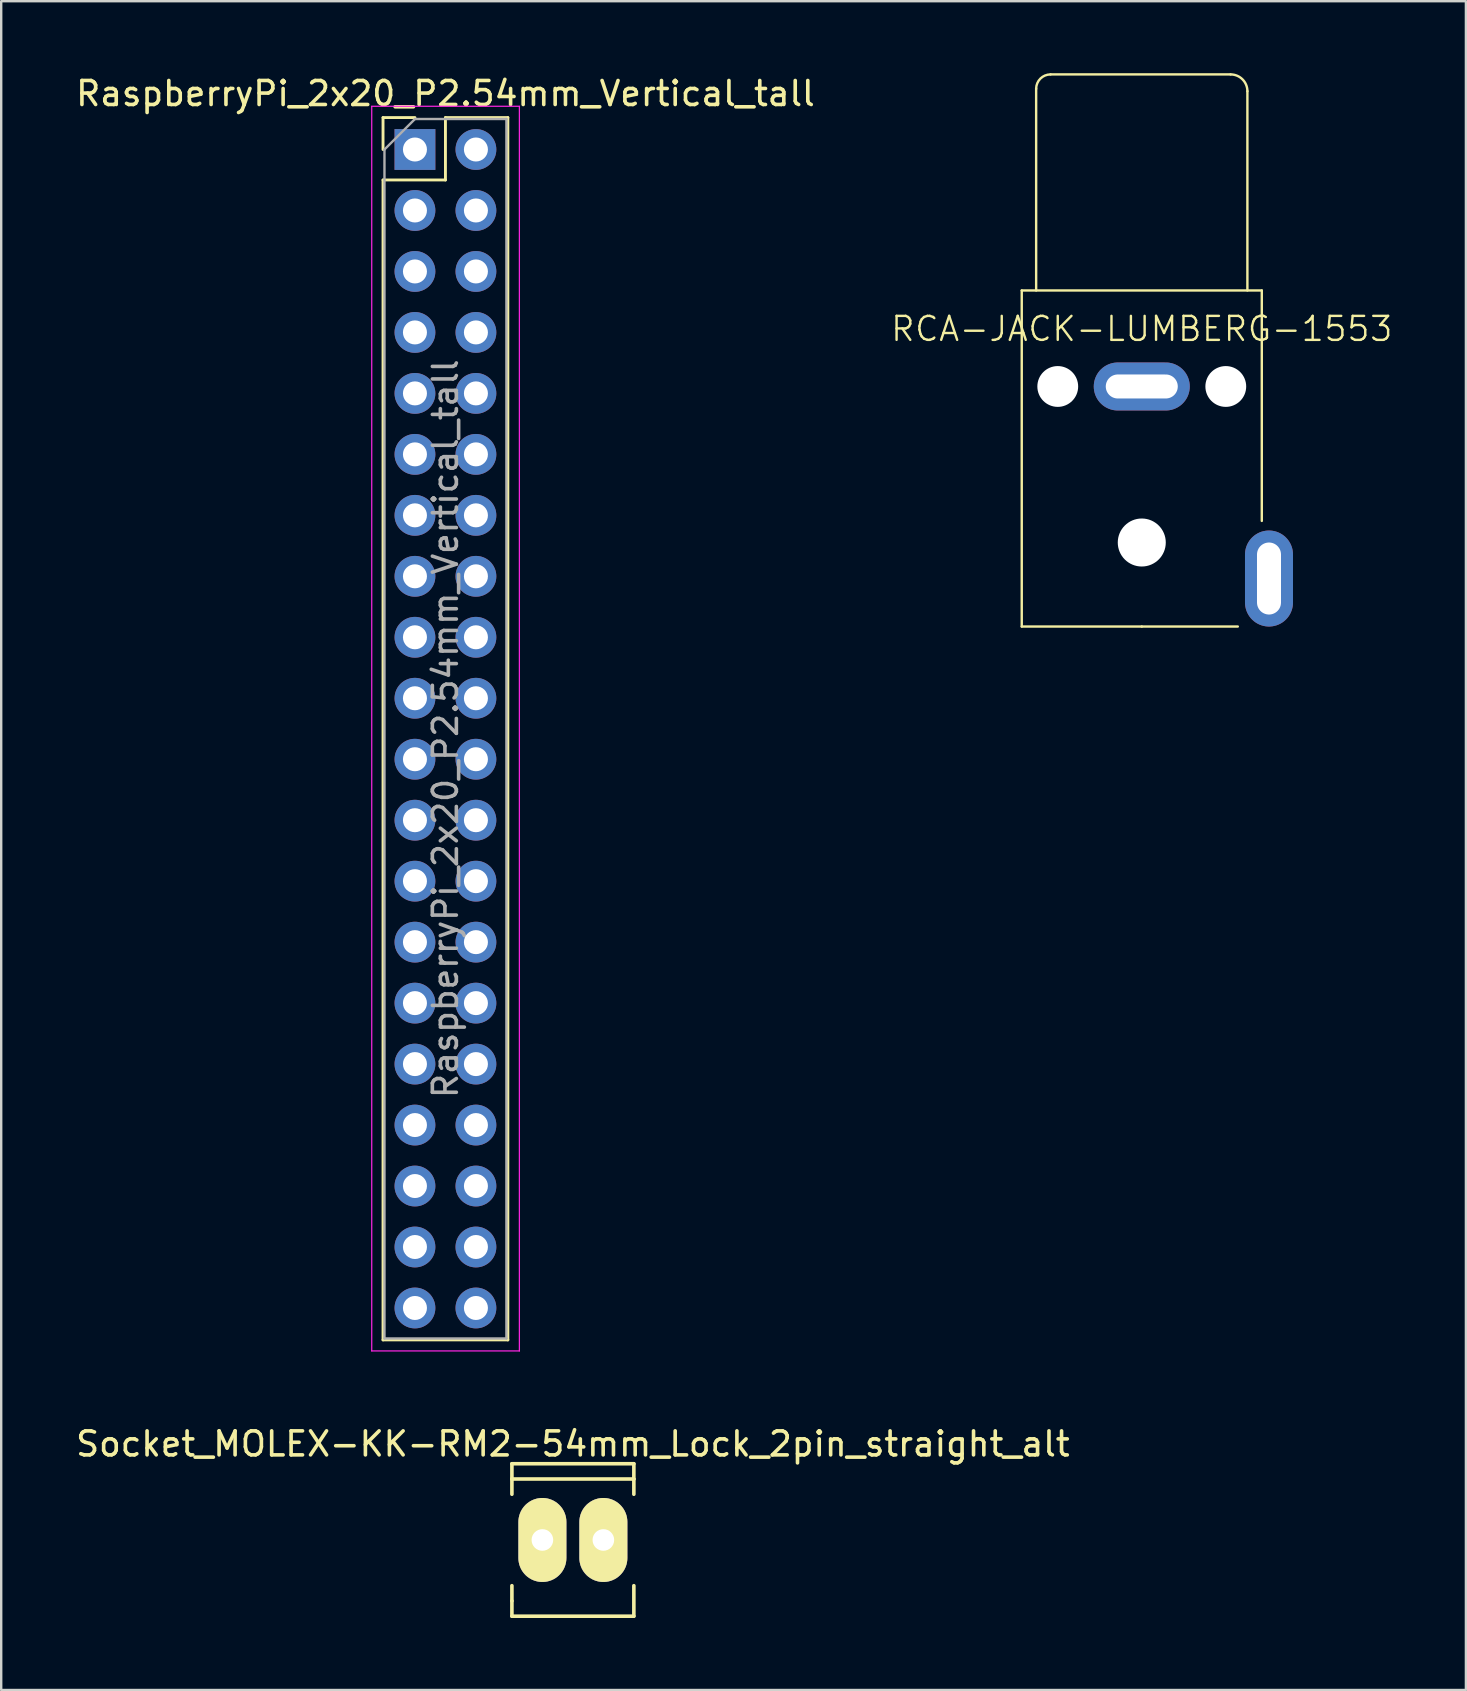
<source format=kicad_pcb>
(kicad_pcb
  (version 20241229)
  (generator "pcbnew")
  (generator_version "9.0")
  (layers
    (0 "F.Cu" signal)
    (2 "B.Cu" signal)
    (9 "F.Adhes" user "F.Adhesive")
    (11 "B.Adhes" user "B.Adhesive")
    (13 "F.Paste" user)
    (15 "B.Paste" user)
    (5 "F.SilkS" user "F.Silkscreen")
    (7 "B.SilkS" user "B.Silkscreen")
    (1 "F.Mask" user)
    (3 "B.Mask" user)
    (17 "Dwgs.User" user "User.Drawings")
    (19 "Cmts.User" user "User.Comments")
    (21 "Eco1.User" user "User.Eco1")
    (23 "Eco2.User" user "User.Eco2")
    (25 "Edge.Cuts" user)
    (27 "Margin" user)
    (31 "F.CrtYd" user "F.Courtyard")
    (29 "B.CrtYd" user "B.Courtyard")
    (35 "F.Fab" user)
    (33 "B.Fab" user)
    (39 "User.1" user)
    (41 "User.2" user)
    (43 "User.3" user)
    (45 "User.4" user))
  (footprint "RaspberryPi_2x20_P2.54mm_Vertical_tall"
    (layer "F.Cu")
    (at 14.236 3.178)
    (property "Reference" "RaspberryPi_2x20_P2.54mm_Vertical_tall" (at 1.27 -2.33 0) (layer "F.SilkS") (effects (font (size 1 1) (thickness 0.15))))
    (attr through_hole)
    (fp_line (start -1.33 -1.33) (end 0 -1.33) (stroke (width 0.12) (type solid)) (layer "F.SilkS"))
    (fp_line (start -1.33 0) (end -1.33 -1.33) (stroke (width 0.12) (type solid)) (layer "F.SilkS"))
    (fp_line (start -1.33 1.27) (end -1.33 49.59) (stroke (width 0.12) (type solid)) (layer "F.SilkS"))
    (fp_line (start -1.33 1.27) (end 1.27 1.27) (stroke (width 0.12) (type solid)) (layer "F.SilkS"))
    (fp_line (start -1.33 49.59) (end 3.87 49.59) (stroke (width 0.12) (type solid)) (layer "F.SilkS"))
    (fp_line (start 1.27 -1.33) (end 3.87 -1.33) (stroke (width 0.12) (type solid)) (layer "F.SilkS"))
    (fp_line (start 1.27 1.27) (end 1.27 -1.33) (stroke (width 0.12) (type solid)) (layer "F.SilkS"))
    (fp_line (start 3.87 -1.33) (end 3.87 49.59) (stroke (width 0.12) (type solid)) (layer "F.SilkS"))
    (fp_line (start -1.8 -1.8) (end -1.8 50.05) (stroke (width 0.05) (type solid)) (layer "F.CrtYd"))
    (fp_line (start -1.8 50.05) (end 4.35 50.05) (stroke (width 0.05) (type solid)) (layer "F.CrtYd"))
    (fp_line (start 4.35 -1.8) (end -1.8 -1.8) (stroke (width 0.05) (type solid)) (layer "F.CrtYd"))
    (fp_line (start 4.35 50.05) (end 4.35 -1.8) (stroke (width 0.05) (type solid)) (layer "F.CrtYd"))
    (fp_line (start -1.27 0) (end 0 -1.27) (stroke (width 0.1) (type solid)) (layer "F.Fab"))
    (fp_line (start -1.27 49.53) (end -1.27 0) (stroke (width 0.1) (type solid)) (layer "F.Fab"))
    (fp_line (start 0 -1.27) (end 3.81 -1.27) (stroke (width 0.1) (type solid)) (layer "F.Fab"))
    (fp_line (start 3.81 -1.27) (end 3.81 49.53) (stroke (width 0.1) (type solid)) (layer "F.Fab"))
    (fp_line (start 3.81 49.53) (end -1.27 49.53) (stroke (width 0.1) (type solid)) (layer "F.Fab"))
    (fp_text user "${REFERENCE}" (at 1.27 24.13 90) (layer "F.Fab") (effects (font (size 1 1) (thickness 0.15))))
    (pad "1" thru_hole rect (at 0 0) (size 1.7 1.7) (drill 1) (layers "*.Cu" "*.Mask"))
    (pad "2" thru_hole oval (at 2.54 0) (size 1.7 1.7) (drill 1) (layers "*.Cu" "*.Mask"))
    (pad "3" thru_hole oval (at 0 2.54) (size 1.7 1.7) (drill 1) (layers "*.Cu" "*.Mask"))
    (pad "4" thru_hole oval (at 2.54 2.54) (size 1.7 1.7) (drill 1) (layers "*.Cu" "*.Mask"))
    (pad "5" thru_hole oval (at 0 5.08) (size 1.7 1.7) (drill 1) (layers "*.Cu" "*.Mask"))
    (pad "6" thru_hole oval (at 2.54 5.08) (size 1.7 1.7) (drill 1) (layers "*.Cu" "*.Mask"))
    (pad "7" thru_hole oval (at 0 7.62) (size 1.7 1.7) (drill 1) (layers "*.Cu" "*.Mask"))
    (pad "8" thru_hole oval (at 2.54 7.62) (size 1.7 1.7) (drill 1) (layers "*.Cu" "*.Mask"))
    (pad "9" thru_hole oval (at 0 10.16) (size 1.7 1.7) (drill 1) (layers "*.Cu" "*.Mask"))
    (pad "10" thru_hole oval (at 2.54 10.16) (size 1.7 1.7) (drill 1) (layers "*.Cu" "*.Mask"))
    (pad "11" thru_hole oval (at 0 12.7) (size 1.7 1.7) (drill 1) (layers "*.Cu" "*.Mask"))
    (pad "12" thru_hole oval (at 2.54 12.7) (size 1.7 1.7) (drill 1) (layers "*.Cu" "*.Mask"))
    (pad "13" thru_hole oval (at 0 15.24) (size 1.7 1.7) (drill 1) (layers "*.Cu" "*.Mask"))
    (pad "14" thru_hole oval (at 2.54 15.24) (size 1.7 1.7) (drill 1) (layers "*.Cu" "*.Mask"))
    (pad "15" thru_hole oval (at 0 17.78) (size 1.7 1.7) (drill 1) (layers "*.Cu" "*.Mask"))
    (pad "16" thru_hole oval (at 2.54 17.78) (size 1.7 1.7) (drill 1) (layers "*.Cu" "*.Mask"))
    (pad "17" thru_hole oval (at 0 20.32) (size 1.7 1.7) (drill 1) (layers "*.Cu" "*.Mask"))
    (pad "18" thru_hole oval (at 2.54 20.32) (size 1.7 1.7) (drill 1) (layers "*.Cu" "*.Mask"))
    (pad "19" thru_hole oval (at 0 22.86) (size 1.7 1.7) (drill 1) (layers "*.Cu" "*.Mask"))
    (pad "20" thru_hole oval (at 2.54 22.86) (size 1.7 1.7) (drill 1) (layers "*.Cu" "*.Mask"))
    (pad "21" thru_hole oval (at 0 25.4) (size 1.7 1.7) (drill 1) (layers "*.Cu" "*.Mask"))
    (pad "22" thru_hole oval (at 2.54 25.4) (size 1.7 1.7) (drill 1) (layers "*.Cu" "*.Mask"))
    (pad "23" thru_hole oval (at 0 27.94) (size 1.7 1.7) (drill 1) (layers "*.Cu" "*.Mask"))
    (pad "24" thru_hole oval (at 2.54 27.94) (size 1.7 1.7) (drill 1) (layers "*.Cu" "*.Mask"))
    (pad "25" thru_hole oval (at 0 30.48) (size 1.7 1.7) (drill 1) (layers "*.Cu" "*.Mask"))
    (pad "26" thru_hole oval (at 2.54 30.48) (size 1.7 1.7) (drill 1) (layers "*.Cu" "*.Mask"))
    (pad "27" thru_hole oval (at 0 33.02) (size 1.7 1.7) (drill 1) (layers "*.Cu" "*.Mask"))
    (pad "28" thru_hole oval (at 2.54 33.02) (size 1.7 1.7) (drill 1) (layers "*.Cu" "*.Mask"))
    (pad "29" thru_hole oval (at 0 35.56) (size 1.7 1.7) (drill 1) (layers "*.Cu" "*.Mask"))
    (pad "30" thru_hole oval (at 2.54 35.56) (size 1.7 1.7) (drill 1) (layers "*.Cu" "*.Mask"))
    (pad "31" thru_hole oval (at 0 38.1) (size 1.7 1.7) (drill 1) (layers "*.Cu" "*.Mask"))
    (pad "32" thru_hole oval (at 2.54 38.1) (size 1.7 1.7) (drill 1) (layers "*.Cu" "*.Mask"))
    (pad "33" thru_hole oval (at 0 40.64) (size 1.7 1.7) (drill 1) (layers "*.Cu" "*.Mask"))
    (pad "34" thru_hole oval (at 2.54 40.64) (size 1.7 1.7) (drill 1) (layers "*.Cu" "*.Mask"))
    (pad "35" thru_hole oval (at 0 43.18) (size 1.7 1.7) (drill 1) (layers "*.Cu" "*.Mask"))
    (pad "36" thru_hole oval (at 2.54 43.18) (size 1.7 1.7) (drill 1) (layers "*.Cu" "*.Mask"))
    (pad "37" thru_hole oval (at 0 45.72) (size 1.7 1.7) (drill 1) (layers "*.Cu" "*.Mask"))
    (pad "38" thru_hole oval (at 2.54 45.72) (size 1.7 1.7) (drill 1) (layers "*.Cu" "*.Mask"))
    (pad "39" thru_hole oval (at 0 48.26) (size 1.7 1.7) (drill 1) (layers "*.Cu" "*.Mask"))
    (pad "40" thru_hole oval (at 2.54 48.26) (size 1.7 1.7) (drill 1) (layers "*.Cu" "*.Mask")))
  (footprint "RCA-JACK-LUMBERG-1553"
    (layer "F.Cu")
    (at 44.514 13.05)
    (property "Reference" "RCA-JACK-LUMBERG-1553" (at 0 -2.4 0) (layer "F.SilkS") (effects (font (size 1 1) (thickness 0.1))))
    (attr through_hole)
    (fp_line (start -5 -4) (end 5 -4) (stroke (width 0.1) (type solid)) (layer "F.SilkS"))
    (fp_line (start -5 10) (end -5 -4) (stroke (width 0.1) (type solid)) (layer "F.SilkS"))
    (fp_line (start -4.4 -12.4) (end -4.4 -4) (stroke (width 0.1) (type solid)) (layer "F.SilkS"))
    (fp_line (start -3.8 -13) (end 3.7 -13) (stroke (width 0.1) (type solid)) (layer "F.SilkS"))
    (fp_line (start 0 10) (end -5 10) (stroke (width 0.1) (type solid)) (layer "F.SilkS"))
    (fp_line (start 0 10) (end 4 10) (stroke (width 0.1) (type solid)) (layer "F.SilkS"))
    (fp_line (start 4.4 -12.3) (end 4.4 -4) (stroke (width 0.1) (type solid)) (layer "F.SilkS"))
    (fp_line (start 5 -4) (end 5 5.6) (stroke (width 0.1) (type solid)) (layer "F.SilkS"))
    (fp_arc (start -4.4 -12.4) (mid -4.224264 -12.824264) (end -3.8 -13) (stroke (width 0.1) (type solid)) (layer "F.SilkS"))
    (fp_arc (start 3.7 -13) (mid 4.194975 -12.794975) (end 4.4 -12.3) (stroke (width 0.1) (type solid)) (layer "F.SilkS"))
    (pad "" np_thru_hole circle (at -3.5 0) (size 1.7 1.7) (drill 1.7) (layers "*.Cu" "*.Mask"))
    (pad "" np_thru_hole circle (at 0 6.5) (size 2 2) (drill 2) (layers "*.Cu" "*.Mask"))
    (pad "" np_thru_hole circle (at 3.5 0) (size 1.7 1.7) (drill 1.7) (layers "*.Cu" "*.Mask"))
    (pad "1" thru_hole oval (at 0 0) (size 4 2) (drill oval 3 1) (layers "*.Cu" "*.Mask"))
    (pad "2" thru_hole oval (at 5.3 8) (size 2 4) (drill oval 1 3) (layers "*.Cu" "*.Mask")))
  (footprint "Socket_MOLEX-KK-RM2-54mm_Lock_2pin_straight_alt"
    (layer "F.Cu")
    (at 20.815 61.102)
    (property "Reference" "Socket_MOLEX-KK-RM2-54mm_Lock_2pin_straight_alt" (at 0 -4 0) (layer "F.SilkS") (effects (font (size 1 1) (thickness 0.15))))
    (attr through_hole)
    (fp_line (start -2.54 -3.175) (end 2.54 -3.175) (stroke (width 0.15) (type solid)) (layer "F.SilkS"))
    (fp_line (start -2.54 -2.54) (end -2.54 -3.175) (stroke (width 0.15) (type solid)) (layer "F.SilkS"))
    (fp_line (start -2.54 -2.54) (end -2.54 -1.905) (stroke (width 0.15) (type solid)) (layer "F.SilkS"))
    (fp_line (start -2.54 -2.54) (end 2.54 -2.54) (stroke (width 0.15) (type solid)) (layer "F.SilkS"))
    (fp_line (start -2.54 2.54) (end -2.54 1.905) (stroke (width 0.15) (type solid)) (layer "F.SilkS"))
    (fp_line (start -2.54 3.175) (end -2.54 2.54) (stroke (width 0.15) (type solid)) (layer "F.SilkS"))
    (fp_line (start 2.54 -3.175) (end 2.54 -2.54) (stroke (width 0.15) (type solid)) (layer "F.SilkS"))
    (fp_line (start 2.54 -2.54) (end 2.54 -1.905) (stroke (width 0.15) (type solid)) (layer "F.SilkS"))
    (fp_line (start 2.54 3.175) (end -2.54 3.175) (stroke (width 0.15) (type solid)) (layer "F.SilkS"))
    (fp_line (start 2.54 3.175) (end 2.54 1.905) (stroke (width 0.15) (type solid)) (layer "F.SilkS"))
    (pad "1" thru_hole oval (at -1.27 0) (size 2 3.5) (drill 0.9) (layers "*.Cu" "*.Mask" "F.SilkS"))
    (pad "2" thru_hole oval (at 1.27 0) (size 2 3.5) (drill 0.9) (layers "*.Cu" "*.Mask" "F.SilkS")))
  (gr_rect
    (start -3 -3)
    (end 58.017 67.352)
    (stroke (width 0.1) (type default))
    (fill no)
    (layer "Edge.Cuts")))
</source>
